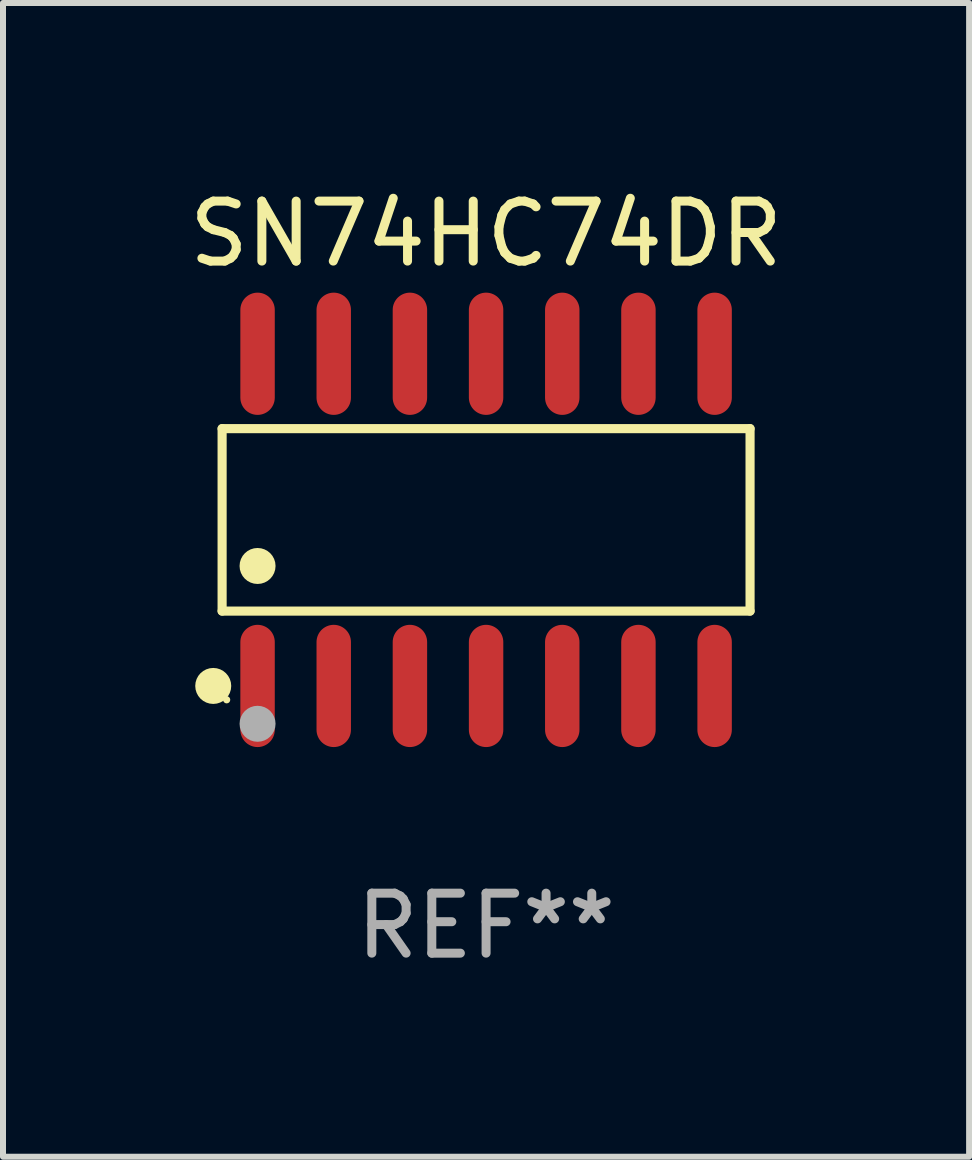
<source format=kicad_pcb>
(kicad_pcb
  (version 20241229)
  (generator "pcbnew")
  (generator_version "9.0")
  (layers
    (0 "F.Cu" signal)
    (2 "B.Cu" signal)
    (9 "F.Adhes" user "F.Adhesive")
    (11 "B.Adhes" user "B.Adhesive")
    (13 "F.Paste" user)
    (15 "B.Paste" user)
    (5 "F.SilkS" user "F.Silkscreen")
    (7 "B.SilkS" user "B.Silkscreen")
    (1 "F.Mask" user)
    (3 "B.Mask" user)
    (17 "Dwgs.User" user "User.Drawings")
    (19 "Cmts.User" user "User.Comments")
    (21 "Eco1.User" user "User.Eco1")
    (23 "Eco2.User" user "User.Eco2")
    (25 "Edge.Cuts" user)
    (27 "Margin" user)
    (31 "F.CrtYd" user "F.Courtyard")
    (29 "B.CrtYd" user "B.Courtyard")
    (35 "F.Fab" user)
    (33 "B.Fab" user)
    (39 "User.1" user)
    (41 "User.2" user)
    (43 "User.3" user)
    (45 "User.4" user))
  (footprint "SN74HC74DR"
    (layer "F.Cu")
    (at 5.054 5.617)
    (property "Reference" "SN74HC74DR" (at 0 -4.769 0) (layer "F.SilkS") (effects (font (size 1 1) (thickness 0.15))))
    (attr through_hole)
    (fp_line (start -4.401 -1.521) (end 4.401 -1.521) (stroke (width 0.152) (type solid)) (layer "F.SilkS"))
    (fp_line (start -4.401 1.521) (end -4.401 -1.521) (stroke (width 0.152) (type solid)) (layer "F.SilkS"))
    (fp_line (start 4.401 -1.521) (end 4.401 1.521) (stroke (width 0.152) (type solid)) (layer "F.SilkS"))
    (fp_line (start 4.401 1.521) (end -4.401 1.521) (stroke (width 0.152) (type solid)) (layer "F.SilkS"))
    (fp_circle (center -4.549 2.769) (end -4.399 2.769) (stroke (width 0.3) (type solid)) (fill no) (layer "F.SilkS"))
    (fp_circle (center -4.325 3) (end -4.295 3) (stroke (width 0.06) (type solid)) (fill no) (layer "F.SilkS"))
    (fp_circle (center -3.81 0.769) (end -3.66 0.769) (stroke (width 0.3) (type solid)) (fill no) (layer "F.SilkS"))
    (fp_circle (center -3.81 3.4) (end -3.66 3.4) (stroke (width 0.3) (type solid)) (fill no) (layer "F.Fab"))
    (fp_text user "REF**" (at 0 6.769 0) (layer "F.Fab") (effects (font (size 1 1) (thickness 0.15))))
    (pad "1" smd oval (at -3.81 2.769) (size 0.574 2.038) (layers "F.Cu" "F.Mask" "F.Paste"))
    (pad "2" smd oval (at -2.54 2.769) (size 0.574 2.038) (layers "F.Cu" "F.Mask" "F.Paste"))
    (pad "3" smd oval (at -1.27 2.769) (size 0.574 2.038) (layers "F.Cu" "F.Mask" "F.Paste"))
    (pad "4" smd oval (at 0 2.769) (size 0.574 2.038) (layers "F.Cu" "F.Mask" "F.Paste"))
    (pad "5" smd oval (at 1.27 2.769) (size 0.574 2.038) (layers "F.Cu" "F.Mask" "F.Paste"))
    (pad "6" smd oval (at 2.54 2.769) (size 0.574 2.038) (layers "F.Cu" "F.Mask" "F.Paste"))
    (pad "7" smd oval (at 3.81 2.769) (size 0.574 2.038) (layers "F.Cu" "F.Mask" "F.Paste"))
    (pad "8" smd oval (at 3.81 -2.769) (size 0.574 2.038) (layers "F.Cu" "F.Mask" "F.Paste"))
    (pad "9" smd oval (at 2.54 -2.769) (size 0.574 2.038) (layers "F.Cu" "F.Mask" "F.Paste"))
    (pad "10" smd oval (at 1.27 -2.769) (size 0.574 2.038) (layers "F.Cu" "F.Mask" "F.Paste"))
    (pad "11" smd oval (at 0 -2.769) (size 0.574 2.038) (layers "F.Cu" "F.Mask" "F.Paste"))
    (pad "12" smd oval (at -1.27 -2.769) (size 0.574 2.038) (layers "F.Cu" "F.Mask" "F.Paste"))
    (pad "13" smd oval (at -2.54 -2.769) (size 0.574 2.038) (layers "F.Cu" "F.Mask" "F.Paste"))
    (pad "14" smd oval (at -3.81 -2.769) (size 0.574 2.038) (layers "F.Cu" "F.Mask" "F.Paste")))
  (gr_rect
    (start -3 -3)
    (end 13.107 16.235)
    (stroke (width 0.1) (type default))
    (fill no)
    (layer "Edge.Cuts")))
</source>
